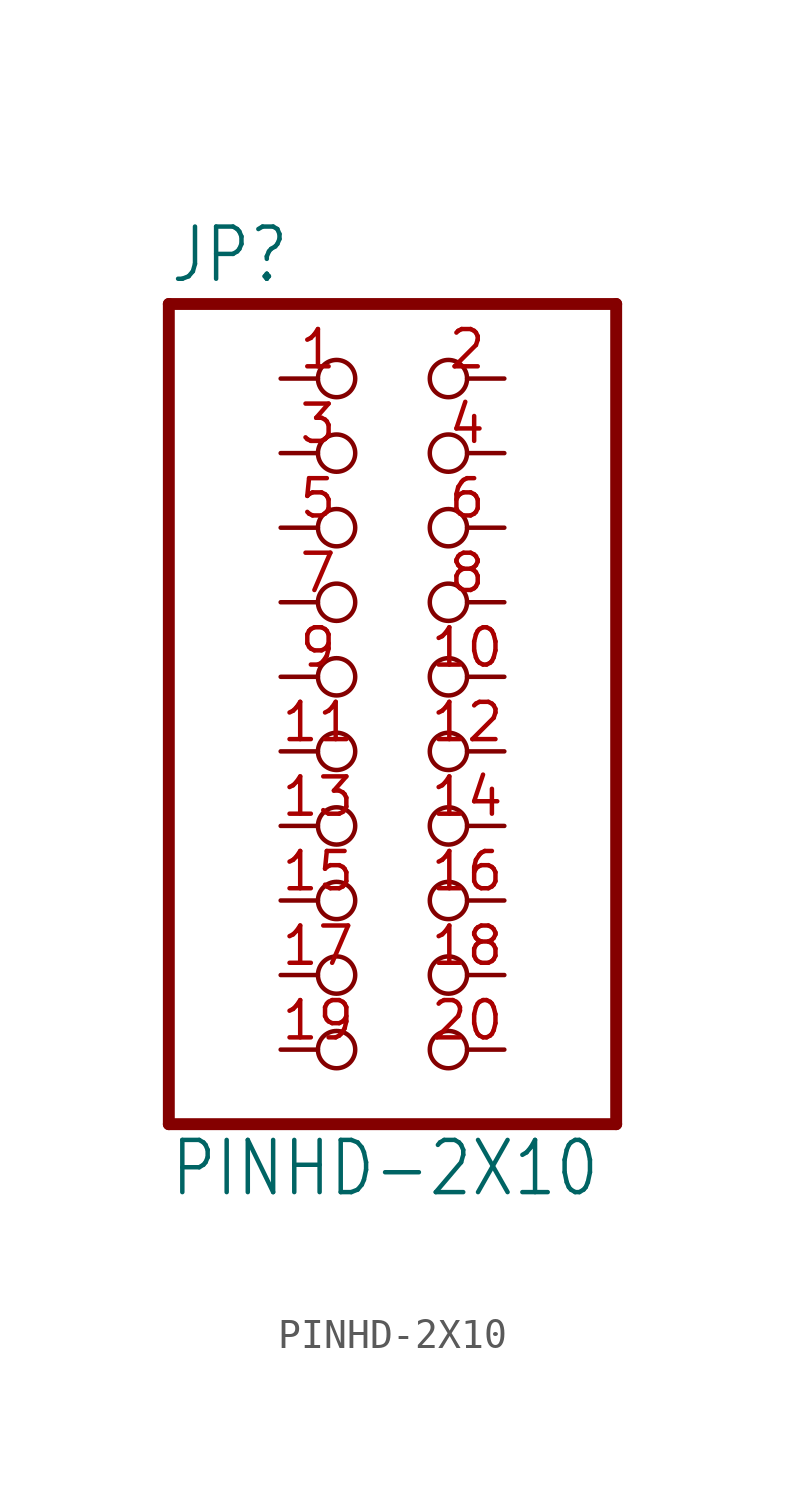
<source format=kicad_sym>
(kicad_symbol_lib
  (version 20201005)
  (generator kicad_symbol_editor)
  (symbol "PINHD-2X10"
    (property "Reference" "JP"
      (at -6.35 13.335 0)
      (effects (font (size 1.778 1.511)) (justify left bottom)))
    (property "Value" "PINHD-2X10"
      (at -6.35 -17.78 0)
      (effects (font (size 1.778 1.511)) (justify left bottom)))
    (property "ki_locked" ""
      (at 0 0 0)
      (effects (font (size 1.27 1.27))))
    (symbol "PINHD-2X10_1_0"
      (polyline (pts (xy -6.35 -15.24) (xy 8.89 -15.24)) (stroke (width 0.406)) (fill (type none)))
      (polyline (pts (xy -6.35 12.7) (xy -6.35 -15.24)) (stroke (width 0.406)) (fill (type none)))
      (polyline (pts (xy 8.89 -15.24) (xy 8.89 12.7)) (stroke (width 0.406)) (fill (type none)))
      (polyline (pts (xy 8.89 12.7) (xy -6.35 12.7)) (stroke (width 0.406)) (fill (type none)))
      (pin passive inverted (at -2.54 10.16 0) (length 2.54) (name "1" (effects (font (size 0 0)))) (number "1" (effects (font (size 1.27 1.27)))))
      (pin passive inverted (at 5.08 0 180) (length 2.54) (name "10" (effects (font (size 0 0)))) (number "10" (effects (font (size 1.27 1.27)))))
      (pin passive inverted (at -2.54 -2.54 0) (length 2.54) (name "11" (effects (font (size 0 0)))) (number "11" (effects (font (size 1.27 1.27)))))
      (pin passive inverted (at 5.08 -2.54 180) (length 2.54) (name "12" (effects (font (size 0 0)))) (number "12" (effects (font (size 1.27 1.27)))))
      (pin passive inverted (at -2.54 -5.08 0) (length 2.54) (name "13" (effects (font (size 0 0)))) (number "13" (effects (font (size 1.27 1.27)))))
      (pin passive inverted (at 5.08 -5.08 180) (length 2.54) (name "14" (effects (font (size 0 0)))) (number "14" (effects (font (size 1.27 1.27)))))
      (pin passive inverted (at -2.54 -7.62 0) (length 2.54) (name "15" (effects (font (size 0 0)))) (number "15" (effects (font (size 1.27 1.27)))))
      (pin passive inverted (at 5.08 -7.62 180) (length 2.54) (name "16" (effects (font (size 0 0)))) (number "16" (effects (font (size 1.27 1.27)))))
      (pin passive inverted (at -2.54 -10.16 0) (length 2.54) (name "17" (effects (font (size 0 0)))) (number "17" (effects (font (size 1.27 1.27)))))
      (pin passive inverted (at 5.08 -10.16 180) (length 2.54) (name "18" (effects (font (size 0 0)))) (number "18" (effects (font (size 1.27 1.27)))))
      (pin passive inverted (at -2.54 -12.7 0) (length 2.54) (name "19" (effects (font (size 0 0)))) (number "19" (effects (font (size 1.27 1.27)))))
      (pin passive inverted (at 5.08 10.16 180) (length 2.54) (name "2" (effects (font (size 0 0)))) (number "2" (effects (font (size 1.27 1.27)))))
      (pin passive inverted (at 5.08 -12.7 180) (length 2.54) (name "20" (effects (font (size 0 0)))) (number "20" (effects (font (size 1.27 1.27)))))
      (pin passive inverted (at -2.54 7.62 0) (length 2.54) (name "3" (effects (font (size 0 0)))) (number "3" (effects (font (size 1.27 1.27)))))
      (pin passive inverted (at 5.08 7.62 180) (length 2.54) (name "4" (effects (font (size 0 0)))) (number "4" (effects (font (size 1.27 1.27)))))
      (pin passive inverted (at -2.54 5.08 0) (length 2.54) (name "5" (effects (font (size 0 0)))) (number "5" (effects (font (size 1.27 1.27)))))
      (pin passive inverted (at 5.08 5.08 180) (length 2.54) (name "6" (effects (font (size 0 0)))) (number "6" (effects (font (size 1.27 1.27)))))
      (pin passive inverted (at -2.54 2.54 0) (length 2.54) (name "7" (effects (font (size 0 0)))) (number "7" (effects (font (size 1.27 1.27)))))
      (pin passive inverted (at 5.08 2.54 180) (length 2.54) (name "8" (effects (font (size 0 0)))) (number "8" (effects (font (size 1.27 1.27)))))
      (pin passive inverted (at -2.54 0 0) (length 2.54) (name "9" (effects (font (size 0 0)))) (number "9" (effects (font (size 1.27 1.27))))))))
</source>
